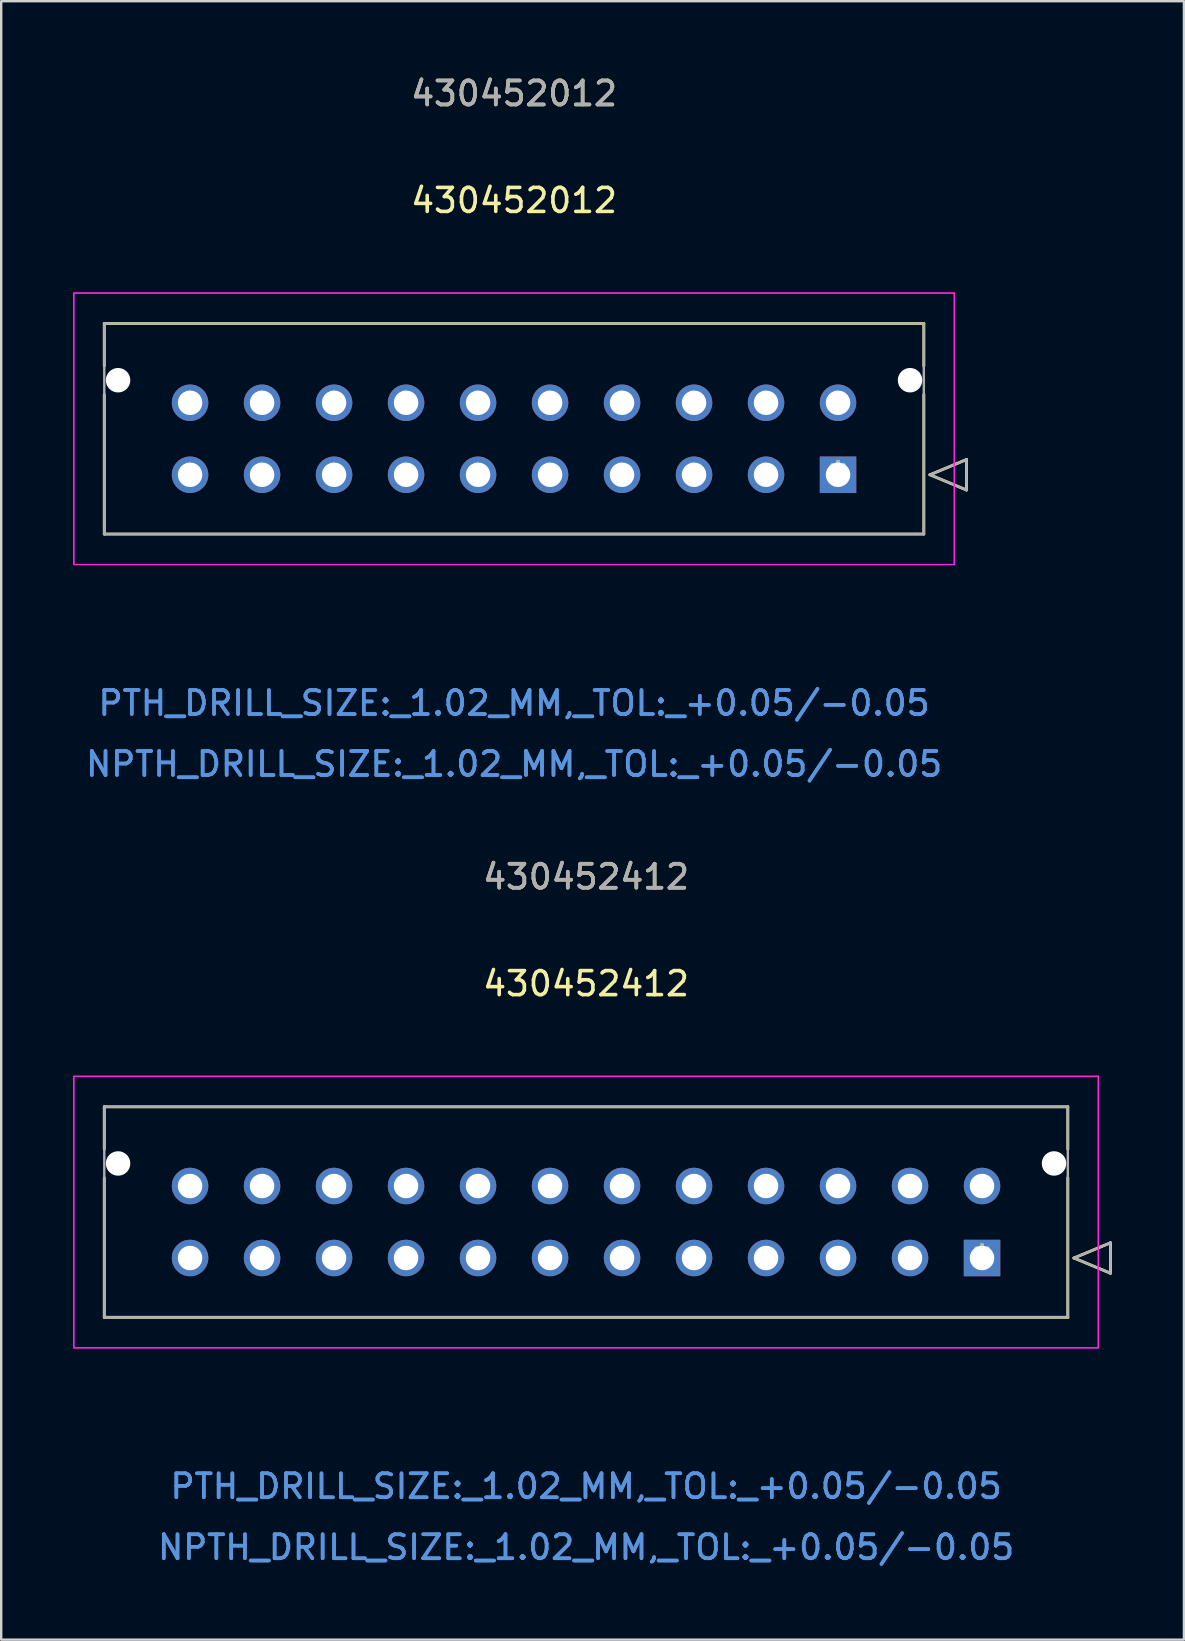
<source format=kicad_pcb>
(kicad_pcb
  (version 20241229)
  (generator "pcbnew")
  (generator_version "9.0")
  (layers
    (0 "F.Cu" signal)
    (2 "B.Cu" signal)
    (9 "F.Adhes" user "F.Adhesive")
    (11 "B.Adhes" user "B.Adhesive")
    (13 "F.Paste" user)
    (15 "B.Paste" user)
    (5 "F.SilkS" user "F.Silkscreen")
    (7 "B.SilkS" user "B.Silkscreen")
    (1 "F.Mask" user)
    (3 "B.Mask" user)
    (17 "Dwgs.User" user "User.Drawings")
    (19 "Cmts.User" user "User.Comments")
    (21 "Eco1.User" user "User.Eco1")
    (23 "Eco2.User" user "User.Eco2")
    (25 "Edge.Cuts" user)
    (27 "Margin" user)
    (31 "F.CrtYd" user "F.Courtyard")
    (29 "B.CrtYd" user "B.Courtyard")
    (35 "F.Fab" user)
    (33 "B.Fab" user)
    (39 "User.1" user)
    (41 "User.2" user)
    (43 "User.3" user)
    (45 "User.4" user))
  (footprint "430452012"
    (layer "F.Cu")
    (at 31.87 16.733)
    (property "Reference" "430452012" (at -13.5 -11.43 0) (layer "F.SilkS") (effects (font (size 1 1) (thickness 0.15))))
    (attr through_hole)
    (fp_line (start -30.575 -6.3) (end -30.575 -4.535) (stroke (width 0.12) (type solid)) (layer "F.SilkS"))
    (fp_line (start -30.575 -3.345) (end -30.575 2.47) (stroke (width 0.12) (type solid)) (layer "F.SilkS"))
    (fp_line (start -30.575 2.47) (end 3.575 2.47) (stroke (width 0.12) (type solid)) (layer "F.SilkS"))
    (fp_line (start 3.575 -6.3) (end -30.575 -6.3) (stroke (width 0.12) (type solid)) (layer "F.SilkS"))
    (fp_line (start 3.575 -4.535) (end 3.575 -6.3) (stroke (width 0.12) (type solid)) (layer "F.SilkS"))
    (fp_line (start 3.575 2.47) (end 3.575 -3.345) (stroke (width 0.12) (type solid)) (layer "F.SilkS"))
    (fp_line (start 3.829 0) (end 5.353 -0.635) (stroke (width 0.12) (type solid)) (layer "F.SilkS"))
    (fp_line (start 5.353 -0.635) (end 5.353 0.635) (stroke (width 0.12) (type solid)) (layer "F.SilkS"))
    (fp_line (start 5.353 0.635) (end 3.829 0) (stroke (width 0.12) (type solid)) (layer "F.SilkS"))
    (fp_line (start -31.845 -7.57) (end -31.845 3.74) (stroke (width 0.05) (type solid)) (layer "F.CrtYd"))
    (fp_line (start -31.845 -7.57) (end -31.845 3.74) (stroke (width 0.05) (type solid)) (layer "F.CrtYd"))
    (fp_line (start -31.845 3.74) (end 4.845 3.74) (stroke (width 0.05) (type solid)) (layer "F.CrtYd"))
    (fp_line (start -31.845 3.74) (end 4.845 3.74) (stroke (width 0.05) (type solid)) (layer "F.CrtYd"))
    (fp_line (start 4.845 -7.57) (end -31.845 -7.57) (stroke (width 0.05) (type solid)) (layer "F.CrtYd"))
    (fp_line (start 4.845 -7.57) (end -31.845 -7.57) (stroke (width 0.05) (type solid)) (layer "F.CrtYd"))
    (fp_line (start 4.845 3.74) (end 4.845 -7.57) (stroke (width 0.05) (type solid)) (layer "F.CrtYd"))
    (fp_line (start 4.845 3.74) (end 4.845 -7.57) (stroke (width 0.05) (type solid)) (layer "F.CrtYd"))
    (fp_line (start -30.575 -6.3) (end -30.575 2.47) (stroke (width 0.1) (type solid)) (layer "F.Fab"))
    (fp_line (start -30.575 2.47) (end 3.575 2.47) (stroke (width 0.1) (type solid)) (layer "F.Fab"))
    (fp_line (start 3.575 -6.3) (end -30.575 -6.3) (stroke (width 0.1) (type solid)) (layer "F.Fab"))
    (fp_line (start 3.575 2.47) (end 3.575 -6.3) (stroke (width 0.1) (type solid)) (layer "F.Fab"))
    (fp_line (start 3.829 0) (end 5.353 -0.635) (stroke (width 0.1) (type solid)) (layer "F.Fab"))
    (fp_line (start 5.353 -0.635) (end 5.353 0.635) (stroke (width 0.1) (type solid)) (layer "F.Fab"))
    (fp_line (start 5.353 0.635) (end 3.829 0) (stroke (width 0.1) (type solid)) (layer "F.Fab"))
    (fp_text user "430452012" (at -13.5 -15.885 0) (layer "F.SilkS") (effects (font (size 1 1) (thickness 0.15))))
    (fp_text user "*" (at 0 0 0) (layer "F.SilkS") (effects (font (size 1 1) (thickness 0.15))))
    (fp_text user "NPTH_DRILL_SIZE:_1.02_MM,_TOL:_+0.05/-0.05" (at -13.5 12.055 0) (layer "Cmts.User") (effects (font (size 1 1) (thickness 0.15))))
    (fp_text user "NPTH_DRILL_SIZE:_1.02_MM,_TOL:_+0.05/-0.05" (at -13.5 12.055 0) (layer "Cmts.User") (effects (font (size 1 1) (thickness 0.15))))
    (fp_text user "Copyright 2021 Accelerated Designs. All rights reserved." (at 0 0 0) (layer "Cmts.User") (effects (font (size 0.127 0.127) (thickness 0.002))))
    (fp_text user "PTH_DRILL_SIZE:_1.02_MM,_TOL:_+0.05/-0.05" (at -13.5 9.515 0) (layer "Cmts.User") (effects (font (size 1 1) (thickness 0.15))))
    (fp_text user "PTH_DRILL_SIZE:_1.02_MM,_TOL:_+0.05/-0.05" (at -13.5 9.515 0) (layer "Cmts.User") (effects (font (size 1 1) (thickness 0.15))))
    (fp_text user "*" (at 0 0 0) (layer "F.Fab") (effects (font (size 1 1) (thickness 0.15))))
    (fp_text user "430452012" (at -13.5 -15.885 0) (layer "F.Fab") (effects (font (size 1 1) (thickness 0.15))))
    (pad "" np_thru_hole circle (at -30 -3.94) (size 1.02 1.02) (drill 1.02) (layers "*.Cu" "*.Mask"))
    (pad "" np_thru_hole circle (at 3 -3.94) (size 1.02 1.02) (drill 1.02) (layers "*.Cu" "*.Mask"))
    (pad "1" thru_hole rect (at 0 0) (size 1.52 1.52) (drill 1.02) (layers "*.Cu" "*.Mask"))
    (pad "2" thru_hole circle (at -3 0) (size 1.52 1.52) (drill 1.02) (layers "*.Cu" "*.Mask"))
    (pad "3" thru_hole circle (at -6 0) (size 1.52 1.52) (drill 1.02) (layers "*.Cu" "*.Mask"))
    (pad "4" thru_hole circle (at -9 0) (size 1.52 1.52) (drill 1.02) (layers "*.Cu" "*.Mask"))
    (pad "5" thru_hole circle (at -12 0) (size 1.52 1.52) (drill 1.02) (layers "*.Cu" "*.Mask"))
    (pad "6" thru_hole circle (at -15 0) (size 1.52 1.52) (drill 1.02) (layers "*.Cu" "*.Mask"))
    (pad "7" thru_hole circle (at -18 0) (size 1.52 1.52) (drill 1.02) (layers "*.Cu" "*.Mask"))
    (pad "8" thru_hole circle (at -21 0) (size 1.52 1.52) (drill 1.02) (layers "*.Cu" "*.Mask"))
    (pad "9" thru_hole circle (at -24 0) (size 1.52 1.52) (drill 1.02) (layers "*.Cu" "*.Mask"))
    (pad "10" thru_hole circle (at -27 0) (size 1.52 1.52) (drill 1.02) (layers "*.Cu" "*.Mask"))
    (pad "11" thru_hole circle (at 0 -3) (size 1.52 1.52) (drill 1.02) (layers "*.Cu" "*.Mask"))
    (pad "12" thru_hole circle (at -3 -3) (size 1.52 1.52) (drill 1.02) (layers "*.Cu" "*.Mask"))
    (pad "13" thru_hole circle (at -6 -3) (size 1.52 1.52) (drill 1.02) (layers "*.Cu" "*.Mask"))
    (pad "14" thru_hole circle (at -9 -3) (size 1.52 1.52) (drill 1.02) (layers "*.Cu" "*.Mask"))
    (pad "15" thru_hole circle (at -12 -3) (size 1.52 1.52) (drill 1.02) (layers "*.Cu" "*.Mask"))
    (pad "16" thru_hole circle (at -15 -3) (size 1.52 1.52) (drill 1.02) (layers "*.Cu" "*.Mask"))
    (pad "17" thru_hole circle (at -18 -3) (size 1.52 1.52) (drill 1.02) (layers "*.Cu" "*.Mask"))
    (pad "18" thru_hole circle (at -21 -3) (size 1.52 1.52) (drill 1.02) (layers "*.Cu" "*.Mask"))
    (pad "19" thru_hole circle (at -24 -3) (size 1.52 1.52) (drill 1.02) (layers "*.Cu" "*.Mask"))
    (pad "20" thru_hole circle (at -27 -3) (size 1.52 1.52) (drill 1.02) (layers "*.Cu" "*.Mask")))
  (footprint "430452412"
    (layer "F.Cu")
    (at 37.87 49.37)
    (property "Reference" "430452412" (at -16.5 -11.43 0) (layer "F.SilkS") (effects (font (size 1 1) (thickness 0.15))))
    (attr through_hole)
    (fp_line (start -36.575 -6.3) (end -36.575 -4.535) (stroke (width 0.12) (type solid)) (layer "F.SilkS"))
    (fp_line (start -36.575 -3.345) (end -36.575 2.47) (stroke (width 0.12) (type solid)) (layer "F.SilkS"))
    (fp_line (start -36.575 2.47) (end 3.575 2.47) (stroke (width 0.12) (type solid)) (layer "F.SilkS"))
    (fp_line (start 3.575 -6.3) (end -36.575 -6.3) (stroke (width 0.12) (type solid)) (layer "F.SilkS"))
    (fp_line (start 3.575 -4.535) (end 3.575 -6.3) (stroke (width 0.12) (type solid)) (layer "F.SilkS"))
    (fp_line (start 3.575 2.47) (end 3.575 -3.345) (stroke (width 0.12) (type solid)) (layer "F.SilkS"))
    (fp_line (start 3.829 0) (end 5.353 -0.635) (stroke (width 0.12) (type solid)) (layer "F.SilkS"))
    (fp_line (start 5.353 -0.635) (end 5.353 0.635) (stroke (width 0.12) (type solid)) (layer "F.SilkS"))
    (fp_line (start 5.353 0.635) (end 3.829 0) (stroke (width 0.12) (type solid)) (layer "F.SilkS"))
    (fp_line (start -37.845 -7.57) (end -37.845 3.74) (stroke (width 0.05) (type solid)) (layer "F.CrtYd"))
    (fp_line (start -37.845 -7.57) (end -37.845 3.74) (stroke (width 0.05) (type solid)) (layer "F.CrtYd"))
    (fp_line (start -37.845 3.74) (end 4.845 3.74) (stroke (width 0.05) (type solid)) (layer "F.CrtYd"))
    (fp_line (start -37.845 3.74) (end 4.845 3.74) (stroke (width 0.05) (type solid)) (layer "F.CrtYd"))
    (fp_line (start 4.845 -7.57) (end -37.845 -7.57) (stroke (width 0.05) (type solid)) (layer "F.CrtYd"))
    (fp_line (start 4.845 -7.57) (end -37.845 -7.57) (stroke (width 0.05) (type solid)) (layer "F.CrtYd"))
    (fp_line (start 4.845 3.74) (end 4.845 -7.57) (stroke (width 0.05) (type solid)) (layer "F.CrtYd"))
    (fp_line (start 4.845 3.74) (end 4.845 -7.57) (stroke (width 0.05) (type solid)) (layer "F.CrtYd"))
    (fp_line (start -36.575 -6.3) (end -36.575 2.47) (stroke (width 0.1) (type solid)) (layer "F.Fab"))
    (fp_line (start -36.575 2.47) (end 3.575 2.47) (stroke (width 0.1) (type solid)) (layer "F.Fab"))
    (fp_line (start 3.575 -6.3) (end -36.575 -6.3) (stroke (width 0.1) (type solid)) (layer "F.Fab"))
    (fp_line (start 3.575 2.47) (end 3.575 -6.3) (stroke (width 0.1) (type solid)) (layer "F.Fab"))
    (fp_line (start 3.829 0) (end 5.353 -0.635) (stroke (width 0.1) (type solid)) (layer "F.Fab"))
    (fp_line (start 5.353 -0.635) (end 5.353 0.635) (stroke (width 0.1) (type solid)) (layer "F.Fab"))
    (fp_line (start 5.353 0.635) (end 3.829 0) (stroke (width 0.1) (type solid)) (layer "F.Fab"))
    (fp_text user "*" (at 0 0 0) (layer "F.SilkS") (effects (font (size 1 1) (thickness 0.15))))
    (fp_text user "430452412" (at -16.5 -15.885 0) (layer "F.SilkS") (effects (font (size 1 1) (thickness 0.15))))
    (fp_text user "NPTH_DRILL_SIZE:_1.02_MM,_TOL:_+0.05/-0.05" (at -16.5 12.055 0) (layer "Cmts.User") (effects (font (size 1 1) (thickness 0.15))))
    (fp_text user "PTH_DRILL_SIZE:_1.02_MM,_TOL:_+0.05/-0.05" (at -16.5 9.515 0) (layer "Cmts.User") (effects (font (size 1 1) (thickness 0.15))))
    (fp_text user "NPTH_DRILL_SIZE:_1.02_MM,_TOL:_+0.05/-0.05" (at -16.5 12.055 0) (layer "Cmts.User") (effects (font (size 1 1) (thickness 0.15))))
    (fp_text user "Copyright 2021 Accelerated Designs. All rights reserved." (at 0 0 0) (layer "Cmts.User") (effects (font (size 0.127 0.127) (thickness 0.002))))
    (fp_text user "PTH_DRILL_SIZE:_1.02_MM,_TOL:_+0.05/-0.05" (at -16.5 9.515 0) (layer "Cmts.User") (effects (font (size 1 1) (thickness 0.15))))
    (fp_text user "*" (at 0 0 0) (layer "F.Fab") (effects (font (size 1 1) (thickness 0.15))))
    (fp_text user "430452412" (at -16.5 -15.885 0) (layer "F.Fab") (effects (font (size 1 1) (thickness 0.15))))
    (pad "" np_thru_hole circle (at -36 -3.94) (size 1.02 1.02) (drill 1.02) (layers "*.Cu" "*.Mask"))
    (pad "" np_thru_hole circle (at 3 -3.94) (size 1.02 1.02) (drill 1.02) (layers "*.Cu" "*.Mask"))
    (pad "1" thru_hole rect (at 0 0) (size 1.52 1.52) (drill 1.02) (layers "*.Cu" "*.Mask"))
    (pad "2" thru_hole circle (at -3 0) (size 1.52 1.52) (drill 1.02) (layers "*.Cu" "*.Mask"))
    (pad "3" thru_hole circle (at -6 0) (size 1.52 1.52) (drill 1.02) (layers "*.Cu" "*.Mask"))
    (pad "4" thru_hole circle (at -9 0) (size 1.52 1.52) (drill 1.02) (layers "*.Cu" "*.Mask"))
    (pad "5" thru_hole circle (at -12 0) (size 1.52 1.52) (drill 1.02) (layers "*.Cu" "*.Mask"))
    (pad "6" thru_hole circle (at -15 0) (size 1.52 1.52) (drill 1.02) (layers "*.Cu" "*.Mask"))
    (pad "7" thru_hole circle (at -18 0) (size 1.52 1.52) (drill 1.02) (layers "*.Cu" "*.Mask"))
    (pad "8" thru_hole circle (at -21 0) (size 1.52 1.52) (drill 1.02) (layers "*.Cu" "*.Mask"))
    (pad "9" thru_hole circle (at -24 0) (size 1.52 1.52) (drill 1.02) (layers "*.Cu" "*.Mask"))
    (pad "10" thru_hole circle (at -27 0) (size 1.52 1.52) (drill 1.02) (layers "*.Cu" "*.Mask"))
    (pad "11" thru_hole circle (at -30 0) (size 1.52 1.52) (drill 1.02) (layers "*.Cu" "*.Mask"))
    (pad "12" thru_hole circle (at -33 0) (size 1.52 1.52) (drill 1.02) (layers "*.Cu" "*.Mask"))
    (pad "13" thru_hole circle (at 0 -3) (size 1.52 1.52) (drill 1.02) (layers "*.Cu" "*.Mask"))
    (pad "14" thru_hole circle (at -3 -3) (size 1.52 1.52) (drill 1.02) (layers "*.Cu" "*.Mask"))
    (pad "15" thru_hole circle (at -6 -3) (size 1.52 1.52) (drill 1.02) (layers "*.Cu" "*.Mask"))
    (pad "16" thru_hole circle (at -9 -3) (size 1.52 1.52) (drill 1.02) (layers "*.Cu" "*.Mask"))
    (pad "17" thru_hole circle (at -12 -3) (size 1.52 1.52) (drill 1.02) (layers "*.Cu" "*.Mask"))
    (pad "18" thru_hole circle (at -15 -3) (size 1.52 1.52) (drill 1.02) (layers "*.Cu" "*.Mask"))
    (pad "19" thru_hole circle (at -18 -3) (size 1.52 1.52) (drill 1.02) (layers "*.Cu" "*.Mask"))
    (pad "20" thru_hole circle (at -21 -3) (size 1.52 1.52) (drill 1.02) (layers "*.Cu" "*.Mask"))
    (pad "21" thru_hole circle (at -24 -3) (size 1.52 1.52) (drill 1.02) (layers "*.Cu" "*.Mask"))
    (pad "22" thru_hole circle (at -27 -3) (size 1.52 1.52) (drill 1.02) (layers "*.Cu" "*.Mask"))
    (pad "23" thru_hole circle (at -30 -3) (size 1.52 1.52) (drill 1.02) (layers "*.Cu" "*.Mask"))
    (pad "24" thru_hole circle (at -33 -3) (size 1.52 1.52) (drill 1.02) (layers "*.Cu" "*.Mask")))
  (gr_rect
    (start -3 -3)
    (end 46.283 65.273)
    (stroke (width 0.1) (type default))
    (fill no)
    (layer "Edge.Cuts")))
</source>
